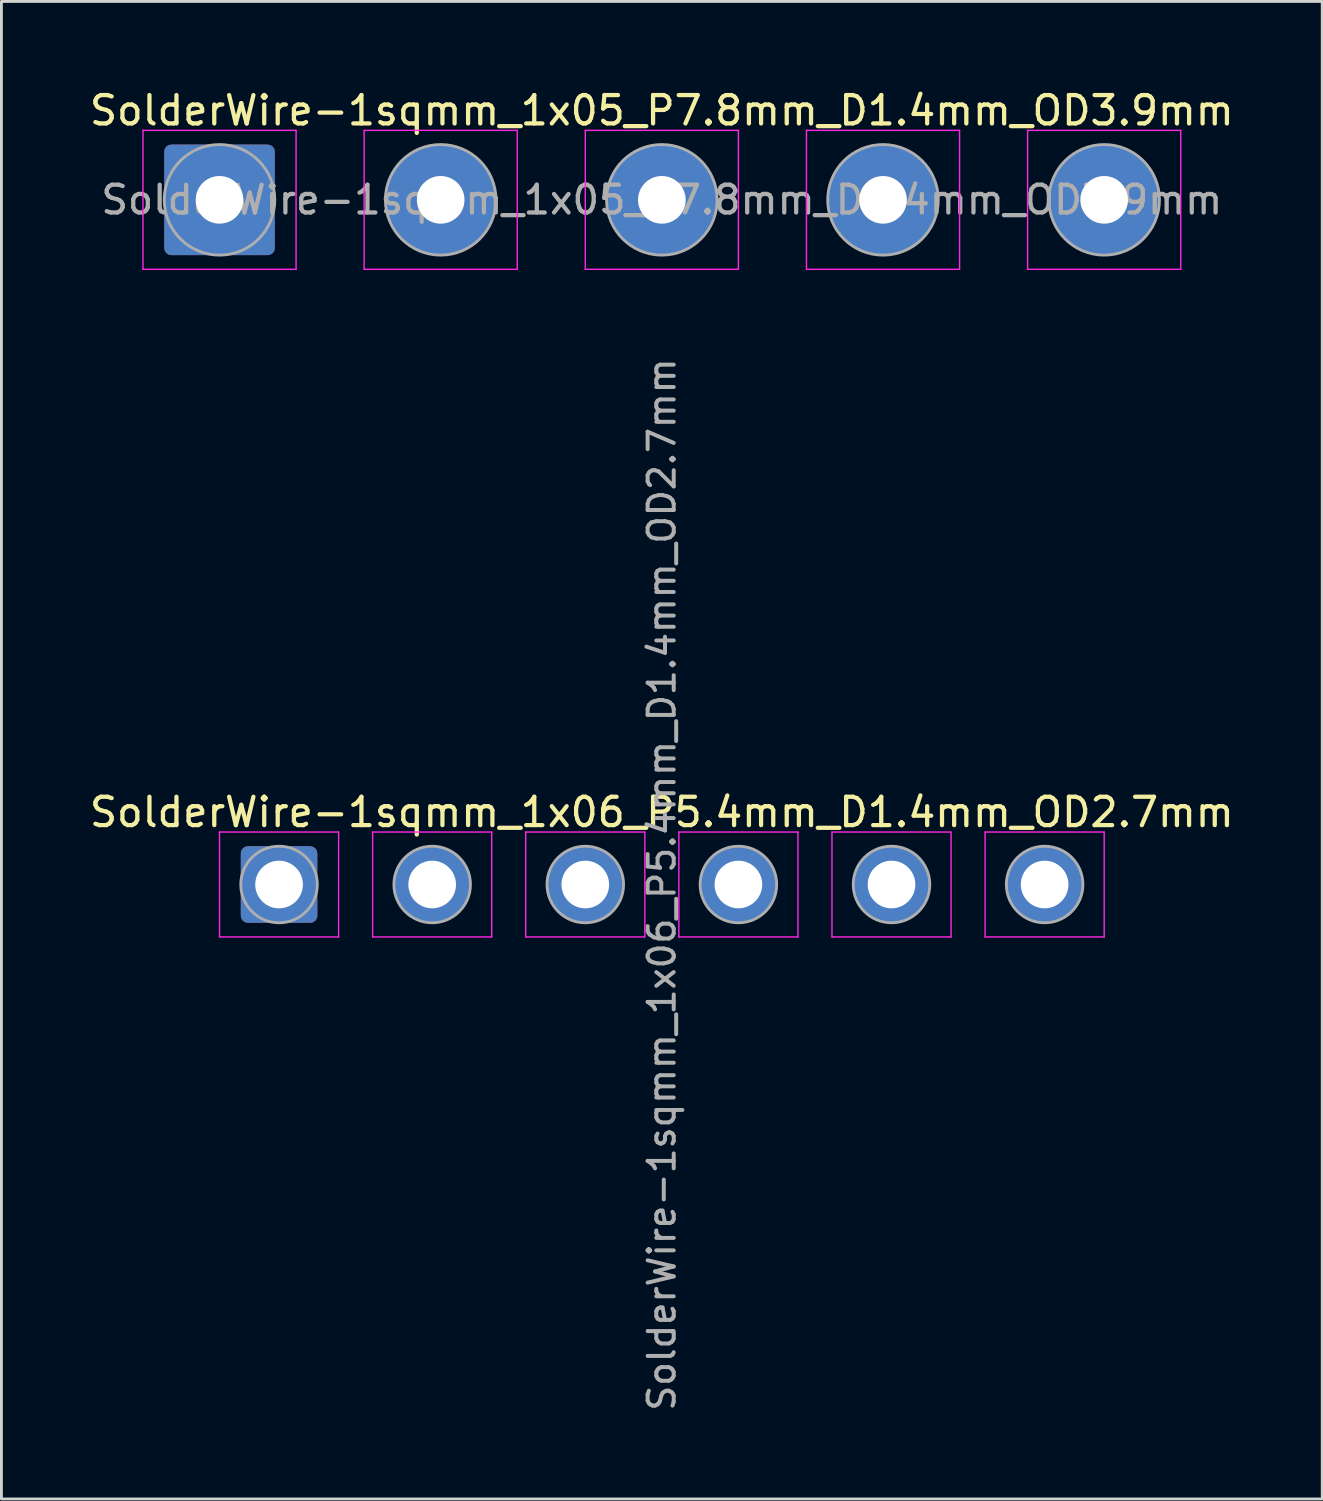
<source format=kicad_pcb>
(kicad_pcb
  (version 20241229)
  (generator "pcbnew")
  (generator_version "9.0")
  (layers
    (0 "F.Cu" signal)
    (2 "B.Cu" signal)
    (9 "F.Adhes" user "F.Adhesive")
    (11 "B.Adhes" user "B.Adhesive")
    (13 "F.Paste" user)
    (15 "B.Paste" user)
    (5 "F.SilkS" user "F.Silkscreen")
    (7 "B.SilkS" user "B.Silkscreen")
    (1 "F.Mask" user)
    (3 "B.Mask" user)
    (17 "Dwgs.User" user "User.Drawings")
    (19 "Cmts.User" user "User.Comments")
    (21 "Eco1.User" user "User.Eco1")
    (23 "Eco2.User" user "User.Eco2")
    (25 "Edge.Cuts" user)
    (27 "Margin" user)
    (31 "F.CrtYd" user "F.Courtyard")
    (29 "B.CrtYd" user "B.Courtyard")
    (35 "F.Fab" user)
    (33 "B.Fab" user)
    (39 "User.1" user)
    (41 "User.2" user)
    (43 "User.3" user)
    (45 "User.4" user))
  (footprint "SolderWire-1sqmm_1x06_P5.4mm_D1.4mm_OD2.7mm"
    (layer "F.Cu")
    (at 6.792 28.145)
    (property "Reference" "SolderWire-1sqmm_1x06_P5.4mm_D1.4mm_OD2.7mm" (at 13.5 -2.55 0) (layer "F.SilkS") (effects (font (size 1 1) (thickness 0.15))))
    (attr exclude_from_pos_files exclude_from_bom)
    (fp_line (start -2.1 -1.85) (end -2.1 1.85) (stroke (width 0.05) (type solid)) (layer "F.CrtYd"))
    (fp_line (start -2.1 1.85) (end 2.1 1.85) (stroke (width 0.05) (type solid)) (layer "F.CrtYd"))
    (fp_line (start 2.1 -1.85) (end -2.1 -1.85) (stroke (width 0.05) (type solid)) (layer "F.CrtYd"))
    (fp_line (start 2.1 1.85) (end 2.1 -1.85) (stroke (width 0.05) (type solid)) (layer "F.CrtYd"))
    (fp_line (start 3.3 -1.85) (end 3.3 1.85) (stroke (width 0.05) (type solid)) (layer "F.CrtYd"))
    (fp_line (start 3.3 1.85) (end 7.5 1.85) (stroke (width 0.05) (type solid)) (layer "F.CrtYd"))
    (fp_line (start 7.5 -1.85) (end 3.3 -1.85) (stroke (width 0.05) (type solid)) (layer "F.CrtYd"))
    (fp_line (start 7.5 1.85) (end 7.5 -1.85) (stroke (width 0.05) (type solid)) (layer "F.CrtYd"))
    (fp_line (start 8.7 -1.85) (end 8.7 1.85) (stroke (width 0.05) (type solid)) (layer "F.CrtYd"))
    (fp_line (start 8.7 1.85) (end 12.9 1.85) (stroke (width 0.05) (type solid)) (layer "F.CrtYd"))
    (fp_line (start 12.9 -1.85) (end 8.7 -1.85) (stroke (width 0.05) (type solid)) (layer "F.CrtYd"))
    (fp_line (start 12.9 1.85) (end 12.9 -1.85) (stroke (width 0.05) (type solid)) (layer "F.CrtYd"))
    (fp_line (start 14.1 -1.85) (end 14.1 1.85) (stroke (width 0.05) (type solid)) (layer "F.CrtYd"))
    (fp_line (start 14.1 1.85) (end 18.3 1.85) (stroke (width 0.05) (type solid)) (layer "F.CrtYd"))
    (fp_line (start 18.3 -1.85) (end 14.1 -1.85) (stroke (width 0.05) (type solid)) (layer "F.CrtYd"))
    (fp_line (start 18.3 1.85) (end 18.3 -1.85) (stroke (width 0.05) (type solid)) (layer "F.CrtYd"))
    (fp_line (start 19.5 -1.85) (end 19.5 1.85) (stroke (width 0.05) (type solid)) (layer "F.CrtYd"))
    (fp_line (start 19.5 1.85) (end 23.7 1.85) (stroke (width 0.05) (type solid)) (layer "F.CrtYd"))
    (fp_line (start 23.7 -1.85) (end 19.5 -1.85) (stroke (width 0.05) (type solid)) (layer "F.CrtYd"))
    (fp_line (start 23.7 1.85) (end 23.7 -1.85) (stroke (width 0.05) (type solid)) (layer "F.CrtYd"))
    (fp_line (start 24.9 -1.85) (end 24.9 1.85) (stroke (width 0.05) (type solid)) (layer "F.CrtYd"))
    (fp_line (start 24.9 1.85) (end 29.1 1.85) (stroke (width 0.05) (type solid)) (layer "F.CrtYd"))
    (fp_line (start 29.1 -1.85) (end 24.9 -1.85) (stroke (width 0.05) (type solid)) (layer "F.CrtYd"))
    (fp_line (start 29.1 1.85) (end 29.1 -1.85) (stroke (width 0.05) (type solid)) (layer "F.CrtYd"))
    (fp_circle (center 0 0) (end 1.35 0) (stroke (width 0.1) (type solid)) (fill no) (layer "F.Fab"))
    (fp_circle (center 5.4 0) (end 6.75 0) (stroke (width 0.1) (type solid)) (fill no) (layer "F.Fab"))
    (fp_circle (center 10.8 0) (end 12.15 0) (stroke (width 0.1) (type solid)) (fill no) (layer "F.Fab"))
    (fp_circle (center 16.2 0) (end 17.55 0) (stroke (width 0.1) (type solid)) (fill no) (layer "F.Fab"))
    (fp_circle (center 21.6 0) (end 22.95 0) (stroke (width 0.1) (type solid)) (fill no) (layer "F.Fab"))
    (fp_circle (center 27 0) (end 28.35 0) (stroke (width 0.1) (type solid)) (fill no) (layer "F.Fab"))
    (fp_text user "${REFERENCE}" (at 13.5 0 90) (layer "F.Fab") (effects (font (size 0.92 0.92) (thickness 0.14))))
    (pad "1" thru_hole roundrect (at 0 0) (size 2.7 2.7) (drill 1.68) (layers "*.Cu" "*.Mask") (roundrect_rratio 0.093))
    (pad "2" thru_hole circle (at 5.4 0) (size 2.7 2.7) (drill 1.68) (layers "*.Cu" "*.Mask"))
    (pad "3" thru_hole circle (at 10.8 0) (size 2.7 2.7) (drill 1.68) (layers "*.Cu" "*.Mask"))
    (pad "4" thru_hole circle (at 16.2 0) (size 2.7 2.7) (drill 1.68) (layers "*.Cu" "*.Mask"))
    (pad "5" thru_hole circle (at 21.6 0) (size 2.7 2.7) (drill 1.68) (layers "*.Cu" "*.Mask"))
    (pad "6" thru_hole circle (at 27 0) (size 2.7 2.7) (drill 1.68) (layers "*.Cu" "*.Mask")))
  (footprint "SolderWire-1sqmm_1x05_P7.8mm_D1.4mm_OD3.9mm"
    (layer "F.Cu")
    (at 4.692 3.998)
    (property "Reference" "SolderWire-1sqmm_1x05_P7.8mm_D1.4mm_OD3.9mm" (at 15.6 -3.15 0) (layer "F.SilkS") (effects (font (size 1 1) (thickness 0.15))))
    (attr exclude_from_pos_files exclude_from_bom)
    (fp_line (start -2.7 -2.45) (end -2.7 2.45) (stroke (width 0.05) (type solid)) (layer "F.CrtYd"))
    (fp_line (start -2.7 2.45) (end 2.7 2.45) (stroke (width 0.05) (type solid)) (layer "F.CrtYd"))
    (fp_line (start 2.7 -2.45) (end -2.7 -2.45) (stroke (width 0.05) (type solid)) (layer "F.CrtYd"))
    (fp_line (start 2.7 2.45) (end 2.7 -2.45) (stroke (width 0.05) (type solid)) (layer "F.CrtYd"))
    (fp_line (start 5.1 -2.45) (end 5.1 2.45) (stroke (width 0.05) (type solid)) (layer "F.CrtYd"))
    (fp_line (start 5.1 2.45) (end 10.5 2.45) (stroke (width 0.05) (type solid)) (layer "F.CrtYd"))
    (fp_line (start 10.5 -2.45) (end 5.1 -2.45) (stroke (width 0.05) (type solid)) (layer "F.CrtYd"))
    (fp_line (start 10.5 2.45) (end 10.5 -2.45) (stroke (width 0.05) (type solid)) (layer "F.CrtYd"))
    (fp_line (start 12.9 -2.45) (end 12.9 2.45) (stroke (width 0.05) (type solid)) (layer "F.CrtYd"))
    (fp_line (start 12.9 2.45) (end 18.3 2.45) (stroke (width 0.05) (type solid)) (layer "F.CrtYd"))
    (fp_line (start 18.3 -2.45) (end 12.9 -2.45) (stroke (width 0.05) (type solid)) (layer "F.CrtYd"))
    (fp_line (start 18.3 2.45) (end 18.3 -2.45) (stroke (width 0.05) (type solid)) (layer "F.CrtYd"))
    (fp_line (start 20.7 -2.45) (end 20.7 2.45) (stroke (width 0.05) (type solid)) (layer "F.CrtYd"))
    (fp_line (start 20.7 2.45) (end 26.1 2.45) (stroke (width 0.05) (type solid)) (layer "F.CrtYd"))
    (fp_line (start 26.1 -2.45) (end 20.7 -2.45) (stroke (width 0.05) (type solid)) (layer "F.CrtYd"))
    (fp_line (start 26.1 2.45) (end 26.1 -2.45) (stroke (width 0.05) (type solid)) (layer "F.CrtYd"))
    (fp_line (start 28.5 -2.45) (end 28.5 2.45) (stroke (width 0.05) (type solid)) (layer "F.CrtYd"))
    (fp_line (start 28.5 2.45) (end 33.9 2.45) (stroke (width 0.05) (type solid)) (layer "F.CrtYd"))
    (fp_line (start 33.9 -2.45) (end 28.5 -2.45) (stroke (width 0.05) (type solid)) (layer "F.CrtYd"))
    (fp_line (start 33.9 2.45) (end 33.9 -2.45) (stroke (width 0.05) (type solid)) (layer "F.CrtYd"))
    (fp_circle (center 0 0) (end 1.95 0) (stroke (width 0.1) (type solid)) (fill no) (layer "F.Fab"))
    (fp_circle (center 7.8 0) (end 9.75 0) (stroke (width 0.1) (type solid)) (fill no) (layer "F.Fab"))
    (fp_circle (center 15.6 0) (end 17.55 0) (stroke (width 0.1) (type solid)) (fill no) (layer "F.Fab"))
    (fp_circle (center 23.4 0) (end 25.35 0) (stroke (width 0.1) (type solid)) (fill no) (layer "F.Fab"))
    (fp_circle (center 31.2 0) (end 33.15 0) (stroke (width 0.1) (type solid)) (fill no) (layer "F.Fab"))
    (fp_text user "${REFERENCE}" (at 15.6 0 0) (layer "F.Fab") (effects (font (size 0.98 0.98) (thickness 0.15))))
    (pad "1" thru_hole roundrect (at 0 0) (size 3.9 3.9) (drill 1.68) (layers "*.Cu" "*.Mask") (roundrect_rratio 0.064))
    (pad "2" thru_hole circle (at 7.8 0) (size 3.9 3.9) (drill 1.68) (layers "*.Cu" "*.Mask"))
    (pad "3" thru_hole circle (at 15.6 0) (size 3.9 3.9) (drill 1.68) (layers "*.Cu" "*.Mask"))
    (pad "4" thru_hole circle (at 23.4 0) (size 3.9 3.9) (drill 1.68) (layers "*.Cu" "*.Mask"))
    (pad "5" thru_hole circle (at 31.2 0) (size 3.9 3.9) (drill 1.68) (layers "*.Cu" "*.Mask")))
  (gr_rect
    (start -3 -3)
    (end 43.583 49.816)
    (stroke (width 0.1) (type default))
    (fill no)
    (layer "Edge.Cuts")))
</source>
